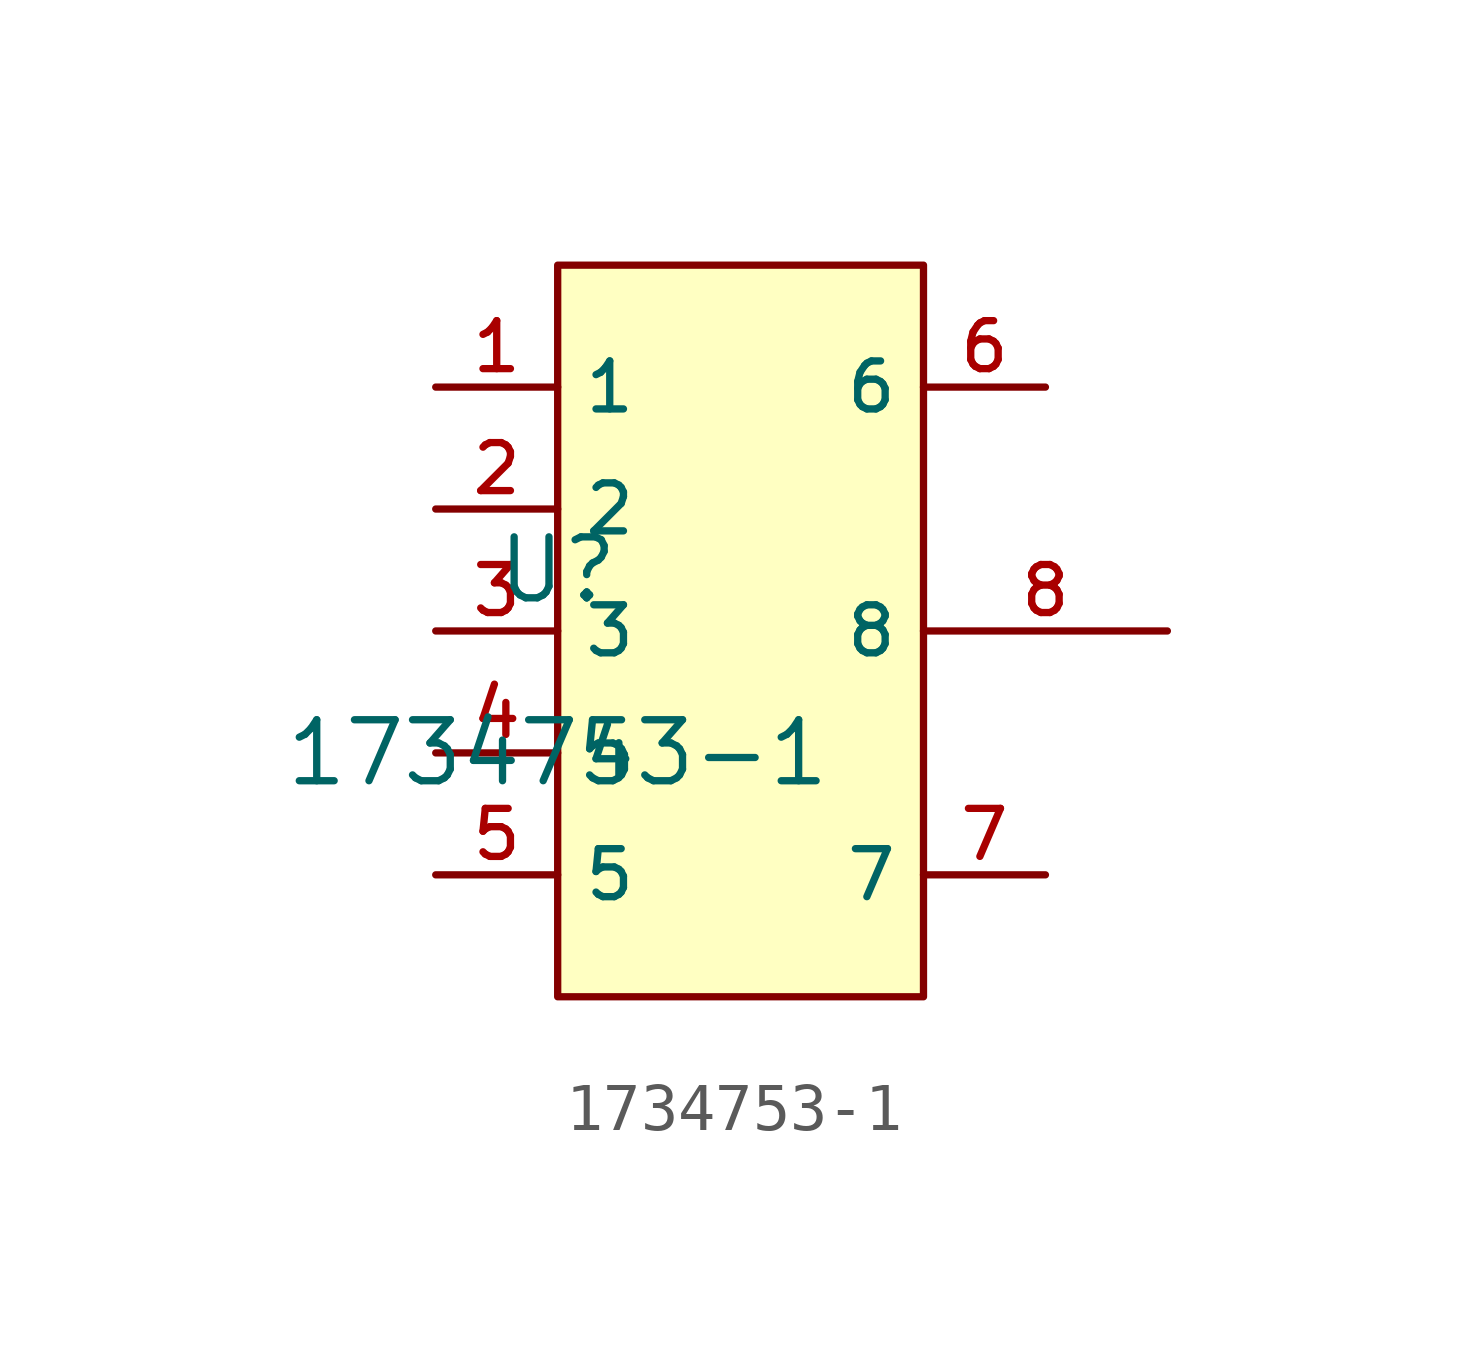
<source format=kicad_sym>
(kicad_symbol_lib
  (version 20210201)
  (generator TousstNicolas/JLC2KiCad_lib)
  (symbol "1734753-1"
    (property "Reference" "U"
      (at 0 1.27 0)
      (effects (font (size 1.27 1.27))))
    (property "Value" "1734753-1"
      (at 0 -2.54 0)
      (effects (font (size 1.27 1.27))))
    (symbol "1734753-1_0_1"
      (pin unspecified line (at -2.54 5.08 0) (length 2.54) (name "1" (effects (font (size 1 1)))) (number "1" (effects (font (size 1 1)))))
      (pin unspecified line (at -2.54 2.54 0) (length 2.54) (name "2" (effects (font (size 1 1)))) (number "2" (effects (font (size 1 1)))))
      (pin unspecified line (at -2.54 -0.0 0) (length 2.54) (name "3" (effects (font (size 1 1)))) (number "3" (effects (font (size 1 1)))))
      (pin unspecified line (at -2.54 -2.54 0) (length 2.54) (name "4" (effects (font (size 1 1)))) (number "4" (effects (font (size 1 1)))))
      (pin unspecified line (at -2.54 -5.08 0) (length 2.54) (name "5" (effects (font (size 1 1)))) (number "5" (effects (font (size 1 1)))))
      (pin unspecified line (at 10.16 5.08 180) (length 2.54) (name "6" (effects (font (size 1 1)))) (number "6" (effects (font (size 1 1)))))
      (pin unspecified line (at 10.16 -5.08 180) (length 2.54) (name "7" (effects (font (size 1 1)))) (number "7" (effects (font (size 1 1)))))
      (rectangle (start 0.0 7.62) (end 7.62 -7.62) (stroke (width 0) (type default) (color 0 0 0 0)) (fill (type background)))
      (pin unspecified line (at 12.7 -0.0 180) (length 5.08) (name "8" (effects (font (size 1 1)))) (number "8" (effects (font (size 1 1))))))))
</source>
